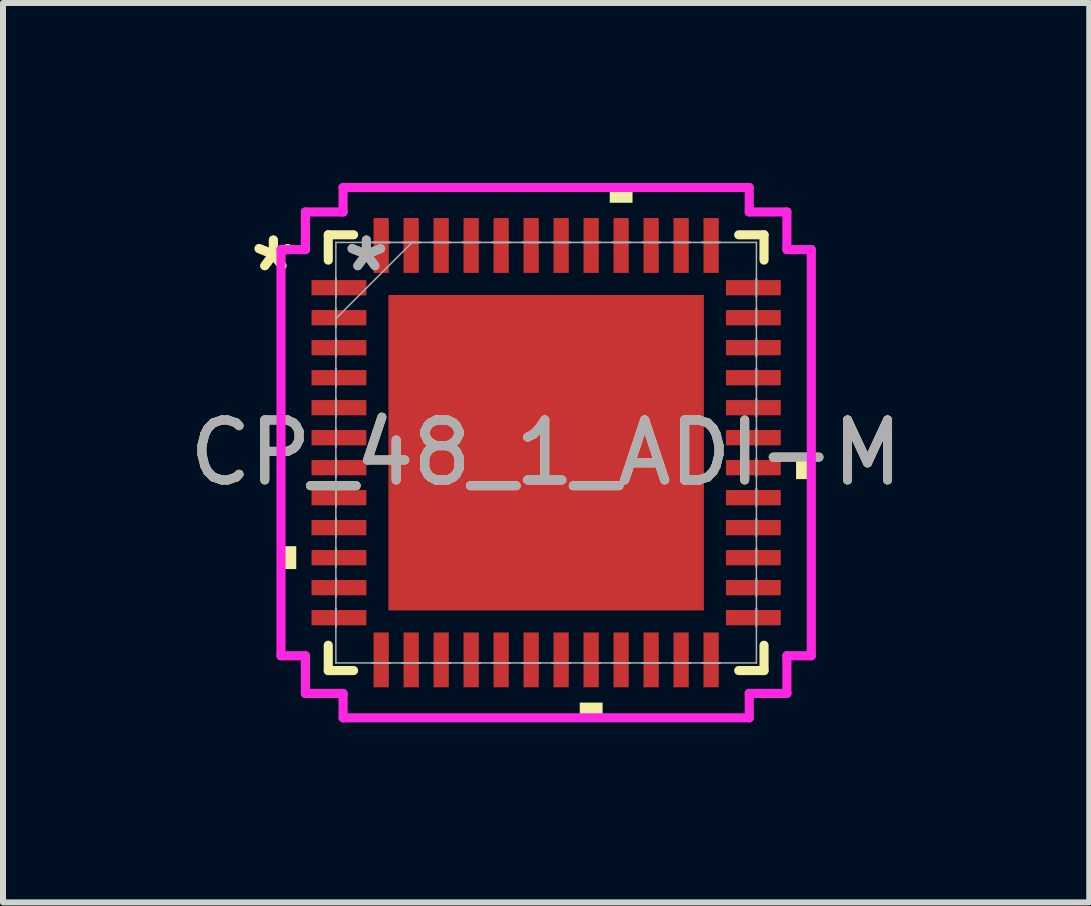
<source format=kicad_pcb>
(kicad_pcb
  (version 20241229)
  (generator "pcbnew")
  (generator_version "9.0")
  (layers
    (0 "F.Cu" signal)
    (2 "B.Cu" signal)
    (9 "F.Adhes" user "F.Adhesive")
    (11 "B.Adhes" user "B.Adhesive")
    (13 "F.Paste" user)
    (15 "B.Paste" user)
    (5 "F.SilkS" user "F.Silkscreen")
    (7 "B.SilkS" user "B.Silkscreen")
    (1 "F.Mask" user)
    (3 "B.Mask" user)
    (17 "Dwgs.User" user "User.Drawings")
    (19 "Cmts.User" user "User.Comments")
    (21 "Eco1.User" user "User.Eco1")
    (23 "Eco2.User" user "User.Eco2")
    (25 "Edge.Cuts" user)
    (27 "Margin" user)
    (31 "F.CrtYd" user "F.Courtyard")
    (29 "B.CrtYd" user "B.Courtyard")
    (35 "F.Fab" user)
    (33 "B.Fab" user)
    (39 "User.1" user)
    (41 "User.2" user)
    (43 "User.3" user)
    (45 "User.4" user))
  (footprint "CP_48_1_ADI-M"
    (layer "F.Cu")
    (at 6.054 4.496)
    (property "Reference" "CP_48_1_ADI-M" (at 0 0 0) (unlocked yes) (layer "F.SilkS") (effects (font (size 1 1) (thickness 0.15))))
    (attr smd)
    (fp_line (start -3.632 -3.632) (end -3.632 -3.21) (stroke (width 0.152) (type solid)) (layer "F.SilkS"))
    (fp_line (start -3.632 3.21) (end -3.632 3.632) (stroke (width 0.152) (type solid)) (layer "F.SilkS"))
    (fp_line (start -3.632 3.632) (end -3.21 3.632) (stroke (width 0.152) (type solid)) (layer "F.SilkS"))
    (fp_line (start -3.21 -3.632) (end -3.632 -3.632) (stroke (width 0.152) (type solid)) (layer "F.SilkS"))
    (fp_line (start 3.21 3.632) (end 3.632 3.632) (stroke (width 0.152) (type solid)) (layer "F.SilkS"))
    (fp_line (start 3.632 -3.632) (end 3.21 -3.632) (stroke (width 0.152) (type solid)) (layer "F.SilkS"))
    (fp_line (start 3.632 -3.21) (end 3.632 -3.632) (stroke (width 0.152) (type solid)) (layer "F.SilkS"))
    (fp_line (start 3.632 3.632) (end 3.632 3.21) (stroke (width 0.152) (type solid)) (layer "F.SilkS"))
    (fp_poly (pts (xy -4.42 1.559) (xy -4.42 1.94) (xy -4.166 1.94) (xy -4.166 1.559)) (stroke (width 0) (type solid)) (fill yes) (layer "F.SilkS"))
    (fp_poly (pts (xy 0.56 4.166) (xy 0.56 4.42) (xy 0.941 4.42) (xy 0.941 4.166)) (stroke (width 0) (type solid)) (fill yes) (layer "F.SilkS"))
    (fp_poly (pts (xy 1.06 -4.166) (xy 1.06 -4.42) (xy 1.44 -4.42) (xy 1.44 -4.166)) (stroke (width 0) (type solid)) (fill yes) (layer "F.SilkS"))
    (fp_poly (pts (xy 4.42 0.059) (xy 4.42 0.441) (xy 4.166 0.441) (xy 4.166 0.059)) (stroke (width 0) (type solid)) (fill yes) (layer "F.SilkS"))
    (fp_poly (pts (xy -2.529 -2.529) (xy -2.529 -1.414) (xy -1.414 -1.414) (xy -1.414 -2.529)) (stroke (width 0) (type solid)) (fill yes) (layer "F.Paste"))
    (fp_poly (pts (xy -2.529 -1.214) (xy -2.529 -0.1) (xy -1.414 -0.1) (xy -1.414 -1.214)) (stroke (width 0) (type solid)) (fill yes) (layer "F.Paste"))
    (fp_poly (pts (xy -2.529 0.1) (xy -2.529 1.214) (xy -1.414 1.214) (xy -1.414 0.1)) (stroke (width 0) (type solid)) (fill yes) (layer "F.Paste"))
    (fp_poly (pts (xy -2.529 1.414) (xy -2.529 2.529) (xy -1.414 2.529) (xy -1.414 1.414)) (stroke (width 0) (type solid)) (fill yes) (layer "F.Paste"))
    (fp_poly (pts (xy -1.214 -2.529) (xy -1.214 -1.414) (xy -0.1 -1.414) (xy -0.1 -2.529)) (stroke (width 0) (type solid)) (fill yes) (layer "F.Paste"))
    (fp_poly (pts (xy -1.214 -1.214) (xy -1.214 -0.1) (xy -0.1 -0.1) (xy -0.1 -1.214)) (stroke (width 0) (type solid)) (fill yes) (layer "F.Paste"))
    (fp_poly (pts (xy -1.214 0.1) (xy -1.214 1.214) (xy -0.1 1.214) (xy -0.1 0.1)) (stroke (width 0) (type solid)) (fill yes) (layer "F.Paste"))
    (fp_poly (pts (xy -1.214 1.414) (xy -1.214 2.529) (xy -0.1 2.529) (xy -0.1 1.414)) (stroke (width 0) (type solid)) (fill yes) (layer "F.Paste"))
    (fp_poly (pts (xy 0.1 -2.529) (xy 0.1 -1.414) (xy 1.214 -1.414) (xy 1.214 -2.529)) (stroke (width 0) (type solid)) (fill yes) (layer "F.Paste"))
    (fp_poly (pts (xy 0.1 -1.214) (xy 0.1 -0.1) (xy 1.214 -0.1) (xy 1.214 -1.214)) (stroke (width 0) (type solid)) (fill yes) (layer "F.Paste"))
    (fp_poly (pts (xy 0.1 0.1) (xy 0.1 1.214) (xy 1.214 1.214) (xy 1.214 0.1)) (stroke (width 0) (type solid)) (fill yes) (layer "F.Paste"))
    (fp_poly (pts (xy 0.1 1.414) (xy 0.1 2.529) (xy 1.214 2.529) (xy 1.214 1.414)) (stroke (width 0) (type solid)) (fill yes) (layer "F.Paste"))
    (fp_poly (pts (xy 1.414 -2.529) (xy 1.414 -1.414) (xy 2.529 -1.414) (xy 2.529 -2.529)) (stroke (width 0) (type solid)) (fill yes) (layer "F.Paste"))
    (fp_poly (pts (xy 1.414 -1.214) (xy 1.414 -0.1) (xy 2.529 -0.1) (xy 2.529 -1.214)) (stroke (width 0) (type solid)) (fill yes) (layer "F.Paste"))
    (fp_poly (pts (xy 1.414 0.1) (xy 1.414 1.214) (xy 2.529 1.214) (xy 2.529 0.1)) (stroke (width 0) (type solid)) (fill yes) (layer "F.Paste"))
    (fp_poly (pts (xy 1.414 1.414) (xy 1.414 2.529) (xy 2.529 2.529) (xy 2.529 1.414)) (stroke (width 0) (type solid)) (fill yes) (layer "F.Paste"))
    (fp_line (start -4.42 -3.385) (end -4.013 -3.385) (stroke (width 0.152) (type solid)) (layer "F.CrtYd"))
    (fp_line (start -4.42 3.385) (end -4.42 -3.385) (stroke (width 0.152) (type solid)) (layer "F.CrtYd"))
    (fp_line (start -4.013 -4.013) (end -3.385 -4.013) (stroke (width 0.152) (type solid)) (layer "F.CrtYd"))
    (fp_line (start -4.013 -3.385) (end -4.013 -4.013) (stroke (width 0.152) (type solid)) (layer "F.CrtYd"))
    (fp_line (start -4.013 3.385) (end -4.42 3.385) (stroke (width 0.152) (type solid)) (layer "F.CrtYd"))
    (fp_line (start -4.013 4.013) (end -4.013 3.385) (stroke (width 0.152) (type solid)) (layer "F.CrtYd"))
    (fp_line (start -3.385 -4.42) (end 3.385 -4.42) (stroke (width 0.152) (type solid)) (layer "F.CrtYd"))
    (fp_line (start -3.385 -4.013) (end -3.385 -4.42) (stroke (width 0.152) (type solid)) (layer "F.CrtYd"))
    (fp_line (start -3.385 4.013) (end -4.013 4.013) (stroke (width 0.152) (type solid)) (layer "F.CrtYd"))
    (fp_line (start -3.385 4.42) (end -3.385 4.013) (stroke (width 0.152) (type solid)) (layer "F.CrtYd"))
    (fp_line (start 3.385 -4.42) (end 3.385 -4.013) (stroke (width 0.152) (type solid)) (layer "F.CrtYd"))
    (fp_line (start 3.385 -4.013) (end 4.013 -4.013) (stroke (width 0.152) (type solid)) (layer "F.CrtYd"))
    (fp_line (start 3.385 4.013) (end 3.385 4.42) (stroke (width 0.152) (type solid)) (layer "F.CrtYd"))
    (fp_line (start 3.385 4.42) (end -3.385 4.42) (stroke (width 0.152) (type solid)) (layer "F.CrtYd"))
    (fp_line (start 4.013 -4.013) (end 4.013 -3.385) (stroke (width 0.152) (type solid)) (layer "F.CrtYd"))
    (fp_line (start 4.013 -3.385) (end 4.42 -3.385) (stroke (width 0.152) (type solid)) (layer "F.CrtYd"))
    (fp_line (start 4.013 3.385) (end 4.013 4.013) (stroke (width 0.152) (type solid)) (layer "F.CrtYd"))
    (fp_line (start 4.013 4.013) (end 3.385 4.013) (stroke (width 0.152) (type solid)) (layer "F.CrtYd"))
    (fp_line (start 4.42 -3.385) (end 4.42 3.385) (stroke (width 0.152) (type solid)) (layer "F.CrtYd"))
    (fp_line (start 4.42 3.385) (end 4.013 3.385) (stroke (width 0.152) (type solid)) (layer "F.CrtYd"))
    (fp_line (start -3.505 -3.505) (end -3.505 -3.505) (stroke (width 0.025) (type solid)) (layer "F.Fab"))
    (fp_line (start -3.505 -3.505) (end -3.505 3.505) (stroke (width 0.025) (type solid)) (layer "F.Fab"))
    (fp_line (start -3.505 -2.902) (end -3.505 -2.902) (stroke (width 0.025) (type solid)) (layer "F.Fab"))
    (fp_line (start -3.505 -2.902) (end -3.505 -2.598) (stroke (width 0.025) (type solid)) (layer "F.Fab"))
    (fp_line (start -3.505 -2.598) (end -3.505 -2.902) (stroke (width 0.025) (type solid)) (layer "F.Fab"))
    (fp_line (start -3.505 -2.598) (end -3.505 -2.598) (stroke (width 0.025) (type solid)) (layer "F.Fab"))
    (fp_line (start -3.505 -2.402) (end -3.505 -2.402) (stroke (width 0.025) (type solid)) (layer "F.Fab"))
    (fp_line (start -3.505 -2.402) (end -3.505 -2.098) (stroke (width 0.025) (type solid)) (layer "F.Fab"))
    (fp_line (start -3.505 -2.235) (end -2.235 -3.505) (stroke (width 0.025) (type solid)) (layer "F.Fab"))
    (fp_line (start -3.505 -2.098) (end -3.505 -2.402) (stroke (width 0.025) (type solid)) (layer "F.Fab"))
    (fp_line (start -3.505 -2.098) (end -3.505 -2.098) (stroke (width 0.025) (type solid)) (layer "F.Fab"))
    (fp_line (start -3.505 -1.902) (end -3.505 -1.902) (stroke (width 0.025) (type solid)) (layer "F.Fab"))
    (fp_line (start -3.505 -1.902) (end -3.505 -1.598) (stroke (width 0.025) (type solid)) (layer "F.Fab"))
    (fp_line (start -3.505 -1.598) (end -3.505 -1.902) (stroke (width 0.025) (type solid)) (layer "F.Fab"))
    (fp_line (start -3.505 -1.598) (end -3.505 -1.598) (stroke (width 0.025) (type solid)) (layer "F.Fab"))
    (fp_line (start -3.505 -1.402) (end -3.505 -1.402) (stroke (width 0.025) (type solid)) (layer "F.Fab"))
    (fp_line (start -3.505 -1.402) (end -3.505 -1.098) (stroke (width 0.025) (type solid)) (layer "F.Fab"))
    (fp_line (start -3.505 -1.098) (end -3.505 -1.402) (stroke (width 0.025) (type solid)) (layer "F.Fab"))
    (fp_line (start -3.505 -1.098) (end -3.505 -1.098) (stroke (width 0.025) (type solid)) (layer "F.Fab"))
    (fp_line (start -3.505 -0.902) (end -3.505 -0.902) (stroke (width 0.025) (type solid)) (layer "F.Fab"))
    (fp_line (start -3.505 -0.902) (end -3.505 -0.598) (stroke (width 0.025) (type solid)) (layer "F.Fab"))
    (fp_line (start -3.505 -0.598) (end -3.505 -0.902) (stroke (width 0.025) (type solid)) (layer "F.Fab"))
    (fp_line (start -3.505 -0.598) (end -3.505 -0.598) (stroke (width 0.025) (type solid)) (layer "F.Fab"))
    (fp_line (start -3.505 -0.402) (end -3.505 -0.402) (stroke (width 0.025) (type solid)) (layer "F.Fab"))
    (fp_line (start -3.505 -0.402) (end -3.505 -0.098) (stroke (width 0.025) (type solid)) (layer "F.Fab"))
    (fp_line (start -3.505 -0.098) (end -3.505 -0.402) (stroke (width 0.025) (type solid)) (layer "F.Fab"))
    (fp_line (start -3.505 -0.098) (end -3.505 -0.098) (stroke (width 0.025) (type solid)) (layer "F.Fab"))
    (fp_line (start -3.505 0.098) (end -3.505 0.098) (stroke (width 0.025) (type solid)) (layer "F.Fab"))
    (fp_line (start -3.505 0.098) (end -3.505 0.402) (stroke (width 0.025) (type solid)) (layer "F.Fab"))
    (fp_line (start -3.505 0.402) (end -3.505 0.098) (stroke (width 0.025) (type solid)) (layer "F.Fab"))
    (fp_line (start -3.505 0.402) (end -3.505 0.402) (stroke (width 0.025) (type solid)) (layer "F.Fab"))
    (fp_line (start -3.505 0.598) (end -3.505 0.598) (stroke (width 0.025) (type solid)) (layer "F.Fab"))
    (fp_line (start -3.505 0.598) (end -3.505 0.902) (stroke (width 0.025) (type solid)) (layer "F.Fab"))
    (fp_line (start -3.505 0.902) (end -3.505 0.598) (stroke (width 0.025) (type solid)) (layer "F.Fab"))
    (fp_line (start -3.505 0.902) (end -3.505 0.902) (stroke (width 0.025) (type solid)) (layer "F.Fab"))
    (fp_line (start -3.505 1.098) (end -3.505 1.098) (stroke (width 0.025) (type solid)) (layer "F.Fab"))
    (fp_line (start -3.505 1.098) (end -3.505 1.402) (stroke (width 0.025) (type solid)) (layer "F.Fab"))
    (fp_line (start -3.505 1.402) (end -3.505 1.098) (stroke (width 0.025) (type solid)) (layer "F.Fab"))
    (fp_line (start -3.505 1.402) (end -3.505 1.402) (stroke (width 0.025) (type solid)) (layer "F.Fab"))
    (fp_line (start -3.505 1.598) (end -3.505 1.598) (stroke (width 0.025) (type solid)) (layer "F.Fab"))
    (fp_line (start -3.505 1.598) (end -3.505 1.902) (stroke (width 0.025) (type solid)) (layer "F.Fab"))
    (fp_line (start -3.505 1.902) (end -3.505 1.598) (stroke (width 0.025) (type solid)) (layer "F.Fab"))
    (fp_line (start -3.505 1.902) (end -3.505 1.902) (stroke (width 0.025) (type solid)) (layer "F.Fab"))
    (fp_line (start -3.505 2.098) (end -3.505 2.098) (stroke (width 0.025) (type solid)) (layer "F.Fab"))
    (fp_line (start -3.505 2.098) (end -3.505 2.402) (stroke (width 0.025) (type solid)) (layer "F.Fab"))
    (fp_line (start -3.505 2.402) (end -3.505 2.098) (stroke (width 0.025) (type solid)) (layer "F.Fab"))
    (fp_line (start -3.505 2.402) (end -3.505 2.402) (stroke (width 0.025) (type solid)) (layer "F.Fab"))
    (fp_line (start -3.505 2.598) (end -3.505 2.598) (stroke (width 0.025) (type solid)) (layer "F.Fab"))
    (fp_line (start -3.505 2.598) (end -3.505 2.902) (stroke (width 0.025) (type solid)) (layer "F.Fab"))
    (fp_line (start -3.505 2.902) (end -3.505 2.598) (stroke (width 0.025) (type solid)) (layer "F.Fab"))
    (fp_line (start -3.505 2.902) (end -3.505 2.902) (stroke (width 0.025) (type solid)) (layer "F.Fab"))
    (fp_line (start -3.505 3.505) (end -3.505 3.505) (stroke (width 0.025) (type solid)) (layer "F.Fab"))
    (fp_line (start -3.505 3.505) (end 3.505 3.505) (stroke (width 0.025) (type solid)) (layer "F.Fab"))
    (fp_line (start -2.902 -3.505) (end -2.902 -3.505) (stroke (width 0.025) (type solid)) (layer "F.Fab"))
    (fp_line (start -2.902 -3.505) (end -2.598 -3.505) (stroke (width 0.025) (type solid)) (layer "F.Fab"))
    (fp_line (start -2.902 3.505) (end -2.902 3.505) (stroke (width 0.025) (type solid)) (layer "F.Fab"))
    (fp_line (start -2.902 3.505) (end -2.598 3.505) (stroke (width 0.025) (type solid)) (layer "F.Fab"))
    (fp_line (start -2.598 -3.505) (end -2.902 -3.505) (stroke (width 0.025) (type solid)) (layer "F.Fab"))
    (fp_line (start -2.598 -3.505) (end -2.598 -3.505) (stroke (width 0.025) (type solid)) (layer "F.Fab"))
    (fp_line (start -2.598 3.505) (end -2.902 3.505) (stroke (width 0.025) (type solid)) (layer "F.Fab"))
    (fp_line (start -2.598 3.505) (end -2.598 3.505) (stroke (width 0.025) (type solid)) (layer "F.Fab"))
    (fp_line (start -2.402 -3.505) (end -2.402 -3.505) (stroke (width 0.025) (type solid)) (layer "F.Fab"))
    (fp_line (start -2.402 -3.505) (end -2.098 -3.505) (stroke (width 0.025) (type solid)) (layer "F.Fab"))
    (fp_line (start -2.402 3.505) (end -2.402 3.505) (stroke (width 0.025) (type solid)) (layer "F.Fab"))
    (fp_line (start -2.402 3.505) (end -2.098 3.505) (stroke (width 0.025) (type solid)) (layer "F.Fab"))
    (fp_line (start -2.098 -3.505) (end -2.402 -3.505) (stroke (width 0.025) (type solid)) (layer "F.Fab"))
    (fp_line (start -2.098 -3.505) (end -2.098 -3.505) (stroke (width 0.025) (type solid)) (layer "F.Fab"))
    (fp_line (start -2.098 3.505) (end -2.402 3.505) (stroke (width 0.025) (type solid)) (layer "F.Fab"))
    (fp_line (start -2.098 3.505) (end -2.098 3.505) (stroke (width 0.025) (type solid)) (layer "F.Fab"))
    (fp_line (start -1.902 -3.505) (end -1.902 -3.505) (stroke (width 0.025) (type solid)) (layer "F.Fab"))
    (fp_line (start -1.902 -3.505) (end -1.598 -3.505) (stroke (width 0.025) (type solid)) (layer "F.Fab"))
    (fp_line (start -1.902 3.505) (end -1.902 3.505) (stroke (width 0.025) (type solid)) (layer "F.Fab"))
    (fp_line (start -1.902 3.505) (end -1.598 3.505) (stroke (width 0.025) (type solid)) (layer "F.Fab"))
    (fp_line (start -1.598 -3.505) (end -1.902 -3.505) (stroke (width 0.025) (type solid)) (layer "F.Fab"))
    (fp_line (start -1.598 -3.505) (end -1.598 -3.505) (stroke (width 0.025) (type solid)) (layer "F.Fab"))
    (fp_line (start -1.598 3.505) (end -1.902 3.505) (stroke (width 0.025) (type solid)) (layer "F.Fab"))
    (fp_line (start -1.598 3.505) (end -1.598 3.505) (stroke (width 0.025) (type solid)) (layer "F.Fab"))
    (fp_line (start -1.402 -3.505) (end -1.402 -3.505) (stroke (width 0.025) (type solid)) (layer "F.Fab"))
    (fp_line (start -1.402 -3.505) (end -1.098 -3.505) (stroke (width 0.025) (type solid)) (layer "F.Fab"))
    (fp_line (start -1.402 3.505) (end -1.402 3.505) (stroke (width 0.025) (type solid)) (layer "F.Fab"))
    (fp_line (start -1.402 3.505) (end -1.098 3.505) (stroke (width 0.025) (type solid)) (layer "F.Fab"))
    (fp_line (start -1.098 -3.505) (end -1.402 -3.505) (stroke (width 0.025) (type solid)) (layer "F.Fab"))
    (fp_line (start -1.098 -3.505) (end -1.098 -3.505) (stroke (width 0.025) (type solid)) (layer "F.Fab"))
    (fp_line (start -1.098 3.505) (end -1.402 3.505) (stroke (width 0.025) (type solid)) (layer "F.Fab"))
    (fp_line (start -1.098 3.505) (end -1.098 3.505) (stroke (width 0.025) (type solid)) (layer "F.Fab"))
    (fp_line (start -0.902 -3.505) (end -0.902 -3.505) (stroke (width 0.025) (type solid)) (layer "F.Fab"))
    (fp_line (start -0.902 -3.505) (end -0.598 -3.505) (stroke (width 0.025) (type solid)) (layer "F.Fab"))
    (fp_line (start -0.902 3.505) (end -0.902 3.505) (stroke (width 0.025) (type solid)) (layer "F.Fab"))
    (fp_line (start -0.902 3.505) (end -0.598 3.505) (stroke (width 0.025) (type solid)) (layer "F.Fab"))
    (fp_line (start -0.598 -3.505) (end -0.902 -3.505) (stroke (width 0.025) (type solid)) (layer "F.Fab"))
    (fp_line (start -0.598 -3.505) (end -0.598 -3.505) (stroke (width 0.025) (type solid)) (layer "F.Fab"))
    (fp_line (start -0.598 3.505) (end -0.902 3.505) (stroke (width 0.025) (type solid)) (layer "F.Fab"))
    (fp_line (start -0.598 3.505) (end -0.598 3.505) (stroke (width 0.025) (type solid)) (layer "F.Fab"))
    (fp_line (start -0.402 -3.505) (end -0.402 -3.505) (stroke (width 0.025) (type solid)) (layer "F.Fab"))
    (fp_line (start -0.402 -3.505) (end -0.098 -3.505) (stroke (width 0.025) (type solid)) (layer "F.Fab"))
    (fp_line (start -0.402 3.505) (end -0.402 3.505) (stroke (width 0.025) (type solid)) (layer "F.Fab"))
    (fp_line (start -0.402 3.505) (end -0.098 3.505) (stroke (width 0.025) (type solid)) (layer "F.Fab"))
    (fp_line (start -0.098 -3.505) (end -0.402 -3.505) (stroke (width 0.025) (type solid)) (layer "F.Fab"))
    (fp_line (start -0.098 -3.505) (end -0.098 -3.505) (stroke (width 0.025) (type solid)) (layer "F.Fab"))
    (fp_line (start -0.098 3.505) (end -0.402 3.505) (stroke (width 0.025) (type solid)) (layer "F.Fab"))
    (fp_line (start -0.098 3.505) (end -0.098 3.505) (stroke (width 0.025) (type solid)) (layer "F.Fab"))
    (fp_line (start 0.098 -3.505) (end 0.098 -3.505) (stroke (width 0.025) (type solid)) (layer "F.Fab"))
    (fp_line (start 0.098 -3.505) (end 0.402 -3.505) (stroke (width 0.025) (type solid)) (layer "F.Fab"))
    (fp_line (start 0.098 3.505) (end 0.098 3.505) (stroke (width 0.025) (type solid)) (layer "F.Fab"))
    (fp_line (start 0.098 3.505) (end 0.402 3.505) (stroke (width 0.025) (type solid)) (layer "F.Fab"))
    (fp_line (start 0.402 -3.505) (end 0.098 -3.505) (stroke (width 0.025) (type solid)) (layer "F.Fab"))
    (fp_line (start 0.402 -3.505) (end 0.402 -3.505) (stroke (width 0.025) (type solid)) (layer "F.Fab"))
    (fp_line (start 0.402 3.505) (end 0.098 3.505) (stroke (width 0.025) (type solid)) (layer "F.Fab"))
    (fp_line (start 0.402 3.505) (end 0.402 3.505) (stroke (width 0.025) (type solid)) (layer "F.Fab"))
    (fp_line (start 0.598 -3.505) (end 0.598 -3.505) (stroke (width 0.025) (type solid)) (layer "F.Fab"))
    (fp_line (start 0.598 -3.505) (end 0.902 -3.505) (stroke (width 0.025) (type solid)) (layer "F.Fab"))
    (fp_line (start 0.598 3.505) (end 0.598 3.505) (stroke (width 0.025) (type solid)) (layer "F.Fab"))
    (fp_line (start 0.598 3.505) (end 0.902 3.505) (stroke (width 0.025) (type solid)) (layer "F.Fab"))
    (fp_line (start 0.902 -3.505) (end 0.598 -3.505) (stroke (width 0.025) (type solid)) (layer "F.Fab"))
    (fp_line (start 0.902 -3.505) (end 0.902 -3.505) (stroke (width 0.025) (type solid)) (layer "F.Fab"))
    (fp_line (start 0.902 3.505) (end 0.598 3.505) (stroke (width 0.025) (type solid)) (layer "F.Fab"))
    (fp_line (start 0.902 3.505) (end 0.902 3.505) (stroke (width 0.025) (type solid)) (layer "F.Fab"))
    (fp_line (start 1.098 -3.505) (end 1.098 -3.505) (stroke (width 0.025) (type solid)) (layer "F.Fab"))
    (fp_line (start 1.098 -3.505) (end 1.402 -3.505) (stroke (width 0.025) (type solid)) (layer "F.Fab"))
    (fp_line (start 1.098 3.505) (end 1.098 3.505) (stroke (width 0.025) (type solid)) (layer "F.Fab"))
    (fp_line (start 1.098 3.505) (end 1.402 3.505) (stroke (width 0.025) (type solid)) (layer "F.Fab"))
    (fp_line (start 1.402 -3.505) (end 1.098 -3.505) (stroke (width 0.025) (type solid)) (layer "F.Fab"))
    (fp_line (start 1.402 -3.505) (end 1.402 -3.505) (stroke (width 0.025) (type solid)) (layer "F.Fab"))
    (fp_line (start 1.402 3.505) (end 1.098 3.505) (stroke (width 0.025) (type solid)) (layer "F.Fab"))
    (fp_line (start 1.402 3.505) (end 1.402 3.505) (stroke (width 0.025) (type solid)) (layer "F.Fab"))
    (fp_line (start 1.598 -3.505) (end 1.598 -3.505) (stroke (width 0.025) (type solid)) (layer "F.Fab"))
    (fp_line (start 1.598 -3.505) (end 1.902 -3.505) (stroke (width 0.025) (type solid)) (layer "F.Fab"))
    (fp_line (start 1.598 3.505) (end 1.598 3.505) (stroke (width 0.025) (type solid)) (layer "F.Fab"))
    (fp_line (start 1.598 3.505) (end 1.902 3.505) (stroke (width 0.025) (type solid)) (layer "F.Fab"))
    (fp_line (start 1.902 -3.505) (end 1.598 -3.505) (stroke (width 0.025) (type solid)) (layer "F.Fab"))
    (fp_line (start 1.902 -3.505) (end 1.902 -3.505) (stroke (width 0.025) (type solid)) (layer "F.Fab"))
    (fp_line (start 1.902 3.505) (end 1.598 3.505) (stroke (width 0.025) (type solid)) (layer "F.Fab"))
    (fp_line (start 1.902 3.505) (end 1.902 3.505) (stroke (width 0.025) (type solid)) (layer "F.Fab"))
    (fp_line (start 2.098 -3.505) (end 2.098 -3.505) (stroke (width 0.025) (type solid)) (layer "F.Fab"))
    (fp_line (start 2.098 -3.505) (end 2.402 -3.505) (stroke (width 0.025) (type solid)) (layer "F.Fab"))
    (fp_line (start 2.098 3.505) (end 2.098 3.505) (stroke (width 0.025) (type solid)) (layer "F.Fab"))
    (fp_line (start 2.098 3.505) (end 2.402 3.505) (stroke (width 0.025) (type solid)) (layer "F.Fab"))
    (fp_line (start 2.402 -3.505) (end 2.098 -3.505) (stroke (width 0.025) (type solid)) (layer "F.Fab"))
    (fp_line (start 2.402 -3.505) (end 2.402 -3.505) (stroke (width 0.025) (type solid)) (layer "F.Fab"))
    (fp_line (start 2.402 3.505) (end 2.098 3.505) (stroke (width 0.025) (type solid)) (layer "F.Fab"))
    (fp_line (start 2.402 3.505) (end 2.402 3.505) (stroke (width 0.025) (type solid)) (layer "F.Fab"))
    (fp_line (start 2.598 -3.505) (end 2.598 -3.505) (stroke (width 0.025) (type solid)) (layer "F.Fab"))
    (fp_line (start 2.598 -3.505) (end 2.902 -3.505) (stroke (width 0.025) (type solid)) (layer "F.Fab"))
    (fp_line (start 2.598 3.505) (end 2.598 3.505) (stroke (width 0.025) (type solid)) (layer "F.Fab"))
    (fp_line (start 2.598 3.505) (end 2.902 3.505) (stroke (width 0.025) (type solid)) (layer "F.Fab"))
    (fp_line (start 2.902 -3.505) (end 2.598 -3.505) (stroke (width 0.025) (type solid)) (layer "F.Fab"))
    (fp_line (start 2.902 -3.505) (end 2.902 -3.505) (stroke (width 0.025) (type solid)) (layer "F.Fab"))
    (fp_line (start 2.902 3.505) (end 2.598 3.505) (stroke (width 0.025) (type solid)) (layer "F.Fab"))
    (fp_line (start 2.902 3.505) (end 2.902 3.505) (stroke (width 0.025) (type solid)) (layer "F.Fab"))
    (fp_line (start 3.505 -3.505) (end -3.505 -3.505) (stroke (width 0.025) (type solid)) (layer "F.Fab"))
    (fp_line (start 3.505 -3.505) (end 3.505 -3.505) (stroke (width 0.025) (type solid)) (layer "F.Fab"))
    (fp_line (start 3.505 -2.902) (end 3.505 -2.902) (stroke (width 0.025) (type solid)) (layer "F.Fab"))
    (fp_line (start 3.505 -2.902) (end 3.505 -2.598) (stroke (width 0.025) (type solid)) (layer "F.Fab"))
    (fp_line (start 3.505 -2.598) (end 3.505 -2.902) (stroke (width 0.025) (type solid)) (layer "F.Fab"))
    (fp_line (start 3.505 -2.598) (end 3.505 -2.598) (stroke (width 0.025) (type solid)) (layer "F.Fab"))
    (fp_line (start 3.505 -2.402) (end 3.505 -2.402) (stroke (width 0.025) (type solid)) (layer "F.Fab"))
    (fp_line (start 3.505 -2.402) (end 3.505 -2.098) (stroke (width 0.025) (type solid)) (layer "F.Fab"))
    (fp_line (start 3.505 -2.098) (end 3.505 -2.402) (stroke (width 0.025) (type solid)) (layer "F.Fab"))
    (fp_line (start 3.505 -2.098) (end 3.505 -2.098) (stroke (width 0.025) (type solid)) (layer "F.Fab"))
    (fp_line (start 3.505 -1.902) (end 3.505 -1.902) (stroke (width 0.025) (type solid)) (layer "F.Fab"))
    (fp_line (start 3.505 -1.902) (end 3.505 -1.598) (stroke (width 0.025) (type solid)) (layer "F.Fab"))
    (fp_line (start 3.505 -1.598) (end 3.505 -1.902) (stroke (width 0.025) (type solid)) (layer "F.Fab"))
    (fp_line (start 3.505 -1.598) (end 3.505 -1.598) (stroke (width 0.025) (type solid)) (layer "F.Fab"))
    (fp_line (start 3.505 -1.402) (end 3.505 -1.402) (stroke (width 0.025) (type solid)) (layer "F.Fab"))
    (fp_line (start 3.505 -1.402) (end 3.505 -1.098) (stroke (width 0.025) (type solid)) (layer "F.Fab"))
    (fp_line (start 3.505 -1.098) (end 3.505 -1.402) (stroke (width 0.025) (type solid)) (layer "F.Fab"))
    (fp_line (start 3.505 -1.098) (end 3.505 -1.098) (stroke (width 0.025) (type solid)) (layer "F.Fab"))
    (fp_line (start 3.505 -0.902) (end 3.505 -0.902) (stroke (width 0.025) (type solid)) (layer "F.Fab"))
    (fp_line (start 3.505 -0.902) (end 3.505 -0.598) (stroke (width 0.025) (type solid)) (layer "F.Fab"))
    (fp_line (start 3.505 -0.598) (end 3.505 -0.902) (stroke (width 0.025) (type solid)) (layer "F.Fab"))
    (fp_line (start 3.505 -0.598) (end 3.505 -0.598) (stroke (width 0.025) (type solid)) (layer "F.Fab"))
    (fp_line (start 3.505 -0.402) (end 3.505 -0.402) (stroke (width 0.025) (type solid)) (layer "F.Fab"))
    (fp_line (start 3.505 -0.402) (end 3.505 -0.098) (stroke (width 0.025) (type solid)) (layer "F.Fab"))
    (fp_line (start 3.505 -0.098) (end 3.505 -0.402) (stroke (width 0.025) (type solid)) (layer "F.Fab"))
    (fp_line (start 3.505 -0.098) (end 3.505 -0.098) (stroke (width 0.025) (type solid)) (layer "F.Fab"))
    (fp_line (start 3.505 0.098) (end 3.505 0.098) (stroke (width 0.025) (type solid)) (layer "F.Fab"))
    (fp_line (start 3.505 0.098) (end 3.505 0.402) (stroke (width 0.025) (type solid)) (layer "F.Fab"))
    (fp_line (start 3.505 0.402) (end 3.505 0.098) (stroke (width 0.025) (type solid)) (layer "F.Fab"))
    (fp_line (start 3.505 0.402) (end 3.505 0.402) (stroke (width 0.025) (type solid)) (layer "F.Fab"))
    (fp_line (start 3.505 0.598) (end 3.505 0.598) (stroke (width 0.025) (type solid)) (layer "F.Fab"))
    (fp_line (start 3.505 0.598) (end 3.505 0.902) (stroke (width 0.025) (type solid)) (layer "F.Fab"))
    (fp_line (start 3.505 0.902) (end 3.505 0.598) (stroke (width 0.025) (type solid)) (layer "F.Fab"))
    (fp_line (start 3.505 0.902) (end 3.505 0.902) (stroke (width 0.025) (type solid)) (layer "F.Fab"))
    (fp_line (start 3.505 1.098) (end 3.505 1.098) (stroke (width 0.025) (type solid)) (layer "F.Fab"))
    (fp_line (start 3.505 1.098) (end 3.505 1.402) (stroke (width 0.025) (type solid)) (layer "F.Fab"))
    (fp_line (start 3.505 1.402) (end 3.505 1.098) (stroke (width 0.025) (type solid)) (layer "F.Fab"))
    (fp_line (start 3.505 1.402) (end 3.505 1.402) (stroke (width 0.025) (type solid)) (layer "F.Fab"))
    (fp_line (start 3.505 1.598) (end 3.505 1.598) (stroke (width 0.025) (type solid)) (layer "F.Fab"))
    (fp_line (start 3.505 1.598) (end 3.505 1.902) (stroke (width 0.025) (type solid)) (layer "F.Fab"))
    (fp_line (start 3.505 1.902) (end 3.505 1.598) (stroke (width 0.025) (type solid)) (layer "F.Fab"))
    (fp_line (start 3.505 1.902) (end 3.505 1.902) (stroke (width 0.025) (type solid)) (layer "F.Fab"))
    (fp_line (start 3.505 2.098) (end 3.505 2.098) (stroke (width 0.025) (type solid)) (layer "F.Fab"))
    (fp_line (start 3.505 2.098) (end 3.505 2.402) (stroke (width 0.025) (type solid)) (layer "F.Fab"))
    (fp_line (start 3.505 2.402) (end 3.505 2.098) (stroke (width 0.025) (type solid)) (layer "F.Fab"))
    (fp_line (start 3.505 2.402) (end 3.505 2.402) (stroke (width 0.025) (type solid)) (layer "F.Fab"))
    (fp_line (start 3.505 2.598) (end 3.505 2.598) (stroke (width 0.025) (type solid)) (layer "F.Fab"))
    (fp_line (start 3.505 2.598) (end 3.505 2.902) (stroke (width 0.025) (type solid)) (layer "F.Fab"))
    (fp_line (start 3.505 2.902) (end 3.505 2.598) (stroke (width 0.025) (type solid)) (layer "F.Fab"))
    (fp_line (start 3.505 2.902) (end 3.505 2.902) (stroke (width 0.025) (type solid)) (layer "F.Fab"))
    (fp_line (start 3.505 3.505) (end 3.505 -3.505) (stroke (width 0.025) (type solid)) (layer "F.Fab"))
    (fp_line (start 3.505 3.505) (end 3.505 3.505) (stroke (width 0.025) (type solid)) (layer "F.Fab"))
    (fp_text user "*" (at -4.547 -3 0) (unlocked yes) (layer "F.SilkS") (effects (font (size 1 1) (thickness 0.15))))
    (fp_text user "*" (at -4.547 -3 0) (layer "F.SilkS") (effects (font (size 1 1) (thickness 0.15))))
    (fp_text user "*" (at -2.997 -3 0) (unlocked yes) (layer "F.Fab") (effects (font (size 1 1) (thickness 0.15))))
    (fp_text user "*" (at -2.997 -3 0) (layer "F.Fab") (effects (font (size 1 1) (thickness 0.15))))
    (fp_text user "${REFERENCE}" (at 0 0 0) (unlocked yes) (layer "F.Fab") (effects (font (size 1 1) (thickness 0.15))))
    (pad "1" smd rect (at -3.454 -2.75 90) (size 0.254 0.914) (layers "F.Cu" "F.Mask" "F.Paste"))
    (pad "2" smd rect (at -3.454 -2.25 90) (size 0.254 0.914) (layers "F.Cu" "F.Mask" "F.Paste"))
    (pad "3" smd rect (at -3.454 -1.75 90) (size 0.254 0.914) (layers "F.Cu" "F.Mask" "F.Paste"))
    (pad "4" smd rect (at -3.454 -1.25 90) (size 0.254 0.914) (layers "F.Cu" "F.Mask" "F.Paste"))
    (pad "5" smd rect (at -3.454 -0.75 90) (size 0.254 0.914) (layers "F.Cu" "F.Mask" "F.Paste"))
    (pad "6" smd rect (at -3.454 -0.25 90) (size 0.254 0.914) (layers "F.Cu" "F.Mask" "F.Paste"))
    (pad "7" smd rect (at -3.454 0.25 90) (size 0.254 0.914) (layers "F.Cu" "F.Mask" "F.Paste"))
    (pad "8" smd rect (at -3.454 0.75 90) (size 0.254 0.914) (layers "F.Cu" "F.Mask" "F.Paste"))
    (pad "9" smd rect (at -3.454 1.25 90) (size 0.254 0.914) (layers "F.Cu" "F.Mask" "F.Paste"))
    (pad "10" smd rect (at -3.454 1.75 90) (size 0.254 0.914) (layers "F.Cu" "F.Mask" "F.Paste"))
    (pad "11" smd rect (at -3.454 2.25 90) (size 0.254 0.914) (layers "F.Cu" "F.Mask" "F.Paste"))
    (pad "12" smd rect (at -3.454 2.75 90) (size 0.254 0.914) (layers "F.Cu" "F.Mask" "F.Paste"))
    (pad "13" smd rect (at -2.75 3.454) (size 0.254 0.914) (layers "F.Cu" "F.Mask" "F.Paste"))
    (pad "14" smd rect (at -2.25 3.454) (size 0.254 0.914) (layers "F.Cu" "F.Mask" "F.Paste"))
    (pad "15" smd rect (at -1.75 3.454) (size 0.254 0.914) (layers "F.Cu" "F.Mask" "F.Paste"))
    (pad "16" smd rect (at -1.25 3.454) (size 0.254 0.914) (layers "F.Cu" "F.Mask" "F.Paste"))
    (pad "17" smd rect (at -0.75 3.454) (size 0.254 0.914) (layers "F.Cu" "F.Mask" "F.Paste"))
    (pad "18" smd rect (at -0.25 3.454) (size 0.254 0.914) (layers "F.Cu" "F.Mask" "F.Paste"))
    (pad "19" smd rect (at 0.25 3.454) (size 0.254 0.914) (layers "F.Cu" "F.Mask" "F.Paste"))
    (pad "20" smd rect (at 0.75 3.454) (size 0.254 0.914) (layers "F.Cu" "F.Mask" "F.Paste"))
    (pad "21" smd rect (at 1.25 3.454) (size 0.254 0.914) (layers "F.Cu" "F.Mask" "F.Paste"))
    (pad "22" smd rect (at 1.75 3.454) (size 0.254 0.914) (layers "F.Cu" "F.Mask" "F.Paste"))
    (pad "23" smd rect (at 2.25 3.454) (size 0.254 0.914) (layers "F.Cu" "F.Mask" "F.Paste"))
    (pad "24" smd rect (at 2.75 3.454) (size 0.254 0.914) (layers "F.Cu" "F.Mask" "F.Paste"))
    (pad "25" smd rect (at 3.454 2.75 90) (size 0.254 0.914) (layers "F.Cu" "F.Mask" "F.Paste"))
    (pad "26" smd rect (at 3.454 2.25 90) (size 0.254 0.914) (layers "F.Cu" "F.Mask" "F.Paste"))
    (pad "27" smd rect (at 3.454 1.75 90) (size 0.254 0.914) (layers "F.Cu" "F.Mask" "F.Paste"))
    (pad "28" smd rect (at 3.454 1.25 90) (size 0.254 0.914) (layers "F.Cu" "F.Mask" "F.Paste"))
    (pad "29" smd rect (at 3.454 0.75 90) (size 0.254 0.914) (layers "F.Cu" "F.Mask" "F.Paste"))
    (pad "30" smd rect (at 3.454 0.25 90) (size 0.254 0.914) (layers "F.Cu" "F.Mask" "F.Paste"))
    (pad "31" smd rect (at 3.454 -0.25 90) (size 0.254 0.914) (layers "F.Cu" "F.Mask" "F.Paste"))
    (pad "32" smd rect (at 3.454 -0.75 90) (size 0.254 0.914) (layers "F.Cu" "F.Mask" "F.Paste"))
    (pad "33" smd rect (at 3.454 -1.25 90) (size 0.254 0.914) (layers "F.Cu" "F.Mask" "F.Paste"))
    (pad "34" smd rect (at 3.454 -1.75 90) (size 0.254 0.914) (layers "F.Cu" "F.Mask" "F.Paste"))
    (pad "35" smd rect (at 3.454 -2.25 90) (size 0.254 0.914) (layers "F.Cu" "F.Mask" "F.Paste"))
    (pad "36" smd rect (at 3.454 -2.75 90) (size 0.254 0.914) (layers "F.Cu" "F.Mask" "F.Paste"))
    (pad "37" smd rect (at 2.75 -3.454) (size 0.254 0.914) (layers "F.Cu" "F.Mask" "F.Paste"))
    (pad "38" smd rect (at 2.25 -3.454) (size 0.254 0.914) (layers "F.Cu" "F.Mask" "F.Paste"))
    (pad "39" smd rect (at 1.75 -3.454) (size 0.254 0.914) (layers "F.Cu" "F.Mask" "F.Paste"))
    (pad "40" smd rect (at 1.25 -3.454) (size 0.254 0.914) (layers "F.Cu" "F.Mask" "F.Paste"))
    (pad "41" smd rect (at 0.75 -3.454) (size 0.254 0.914) (layers "F.Cu" "F.Mask" "F.Paste"))
    (pad "42" smd rect (at 0.25 -3.454) (size 0.254 0.914) (layers "F.Cu" "F.Mask" "F.Paste"))
    (pad "43" smd rect (at -0.25 -3.454) (size 0.254 0.914) (layers "F.Cu" "F.Mask" "F.Paste"))
    (pad "44" smd rect (at -0.75 -3.454) (size 0.254 0.914) (layers "F.Cu" "F.Mask" "F.Paste"))
    (pad "45" smd rect (at -1.25 -3.454) (size 0.254 0.914) (layers "F.Cu" "F.Mask" "F.Paste"))
    (pad "46" smd rect (at -1.75 -3.454) (size 0.254 0.914) (layers "F.Cu" "F.Mask" "F.Paste"))
    (pad "47" smd rect (at -2.25 -3.454) (size 0.254 0.914) (layers "F.Cu" "F.Mask" "F.Paste"))
    (pad "48" smd rect (at -2.75 -3.454) (size 0.254 0.914) (layers "F.Cu" "F.Mask" "F.Paste"))
    (pad "49" smd rect (at 0 0) (size 5.258 5.258) (layers "F.Cu" "F.Mask")))
  (gr_rect
    (start -3 -3)
    (end 15.107 11.992)
    (stroke (width 0.1) (type default))
    (fill no)
    (layer "Edge.Cuts")))
</source>
